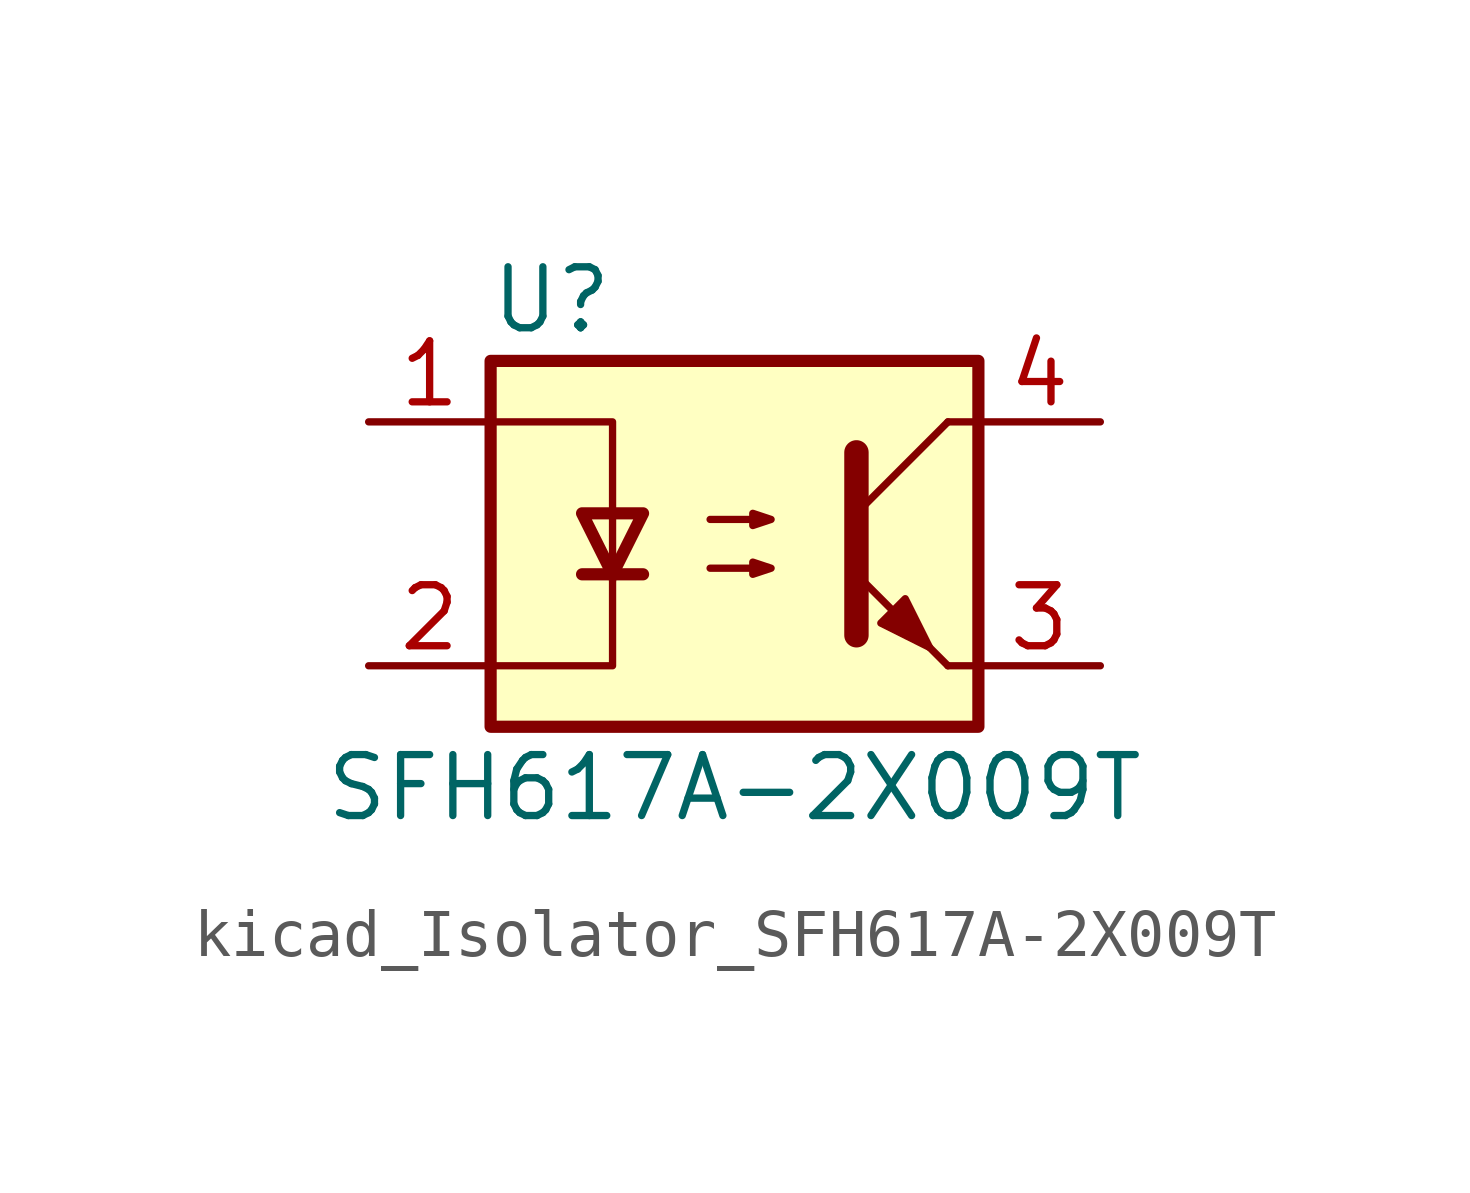
<source format=kicad_sym>
(kicad_symbol_lib
  (version 20220914)
  (generator kicad_symbol_editor)
  (symbol "kicad_Isolator_SFH617A-2X009T"
    (property "Reference" "U"
      (at -3.81 5.08 0)
      (effects (font (size 1.27 1.27))))
    (property "Value" "SFH617A-2X009T"
      (at 0 -5.08 0)
      (effects (font (size 1.27 1.27))))
    (symbol "kicad_Isolator_SFH617A-2X009T_1_1"
      (rectangle (start -5.08 3.81) (end 5.08 -3.81) (stroke (width 0.254) (type default)) (fill (type background)))
      (polyline (pts (xy -3.175 -0.635) (xy -1.905 -0.635)) (stroke (width 0.254) (type default)) (fill (type none)))
      (polyline (pts (xy 2.54 0.635) (xy 4.445 2.54)) (stroke (width 0) (type default)) (fill (type none)))
      (polyline (pts (xy 4.445 -2.54) (xy 2.54 -0.635)) (stroke (width 0) (type default)) (fill (type outline)))
      (polyline (pts (xy 4.445 -2.54) (xy 5.08 -2.54)) (stroke (width 0) (type default)) (fill (type none)))
      (polyline (pts (xy 4.445 2.54) (xy 5.08 2.54)) (stroke (width 0) (type default)) (fill (type none)))
      (polyline (pts (xy -5.08 2.54) (xy -2.54 2.54) (xy -2.54 -0.762)) (stroke (width 0) (type default)) (fill (type none)))
      (polyline (pts (xy -2.54 -0.635) (xy -2.54 -2.54) (xy -5.08 -2.54)) (stroke (width 0) (type default)) (fill (type none)))
      (polyline (pts (xy 2.54 1.905) (xy 2.54 -1.905) (xy 2.54 -1.905)) (stroke (width 0.508) (type default)) (fill (type none)))
      (polyline (pts (xy -2.54 -0.635) (xy -3.175 0.635) (xy -1.905 0.635) (xy -2.54 -0.635)) (stroke (width 0.254) (type default)) (fill (type none)))
      (polyline (pts (xy -0.508 -0.508) (xy 0.762 -0.508) (xy 0.381 -0.635) (xy 0.381 -0.381) (xy 0.762 -0.508)) (stroke (width 0) (type default)) (fill (type none)))
      (polyline (pts (xy -0.508 0.508) (xy 0.762 0.508) (xy 0.381 0.381) (xy 0.381 0.635) (xy 0.762 0.508)) (stroke (width 0) (type default)) (fill (type none)))
      (polyline (pts (xy 3.048 -1.651) (xy 3.556 -1.143) (xy 4.064 -2.159) (xy 3.048 -1.651) (xy 3.048 -1.651)) (stroke (width 0) (type default)) (fill (type outline)))
      (pin passive line (at -7.62 2.54 0) (length 2.54) (name "~" (effects (font (size 1.27 1.27)))) (number "1" (effects (font (size 1.27 1.27)))))
      (pin passive line (at -7.62 -2.54 0) (length 2.54) (name "~" (effects (font (size 1.27 1.27)))) (number "2" (effects (font (size 1.27 1.27)))))
      (pin passive line (at 7.62 -2.54 180) (length 2.54) (name "~" (effects (font (size 1.27 1.27)))) (number "3" (effects (font (size 1.27 1.27)))))
      (pin passive line (at 7.62 2.54 180) (length 2.54) (name "~" (effects (font (size 1.27 1.27)))) (number "4" (effects (font (size 1.27 1.27))))))))
</source>
